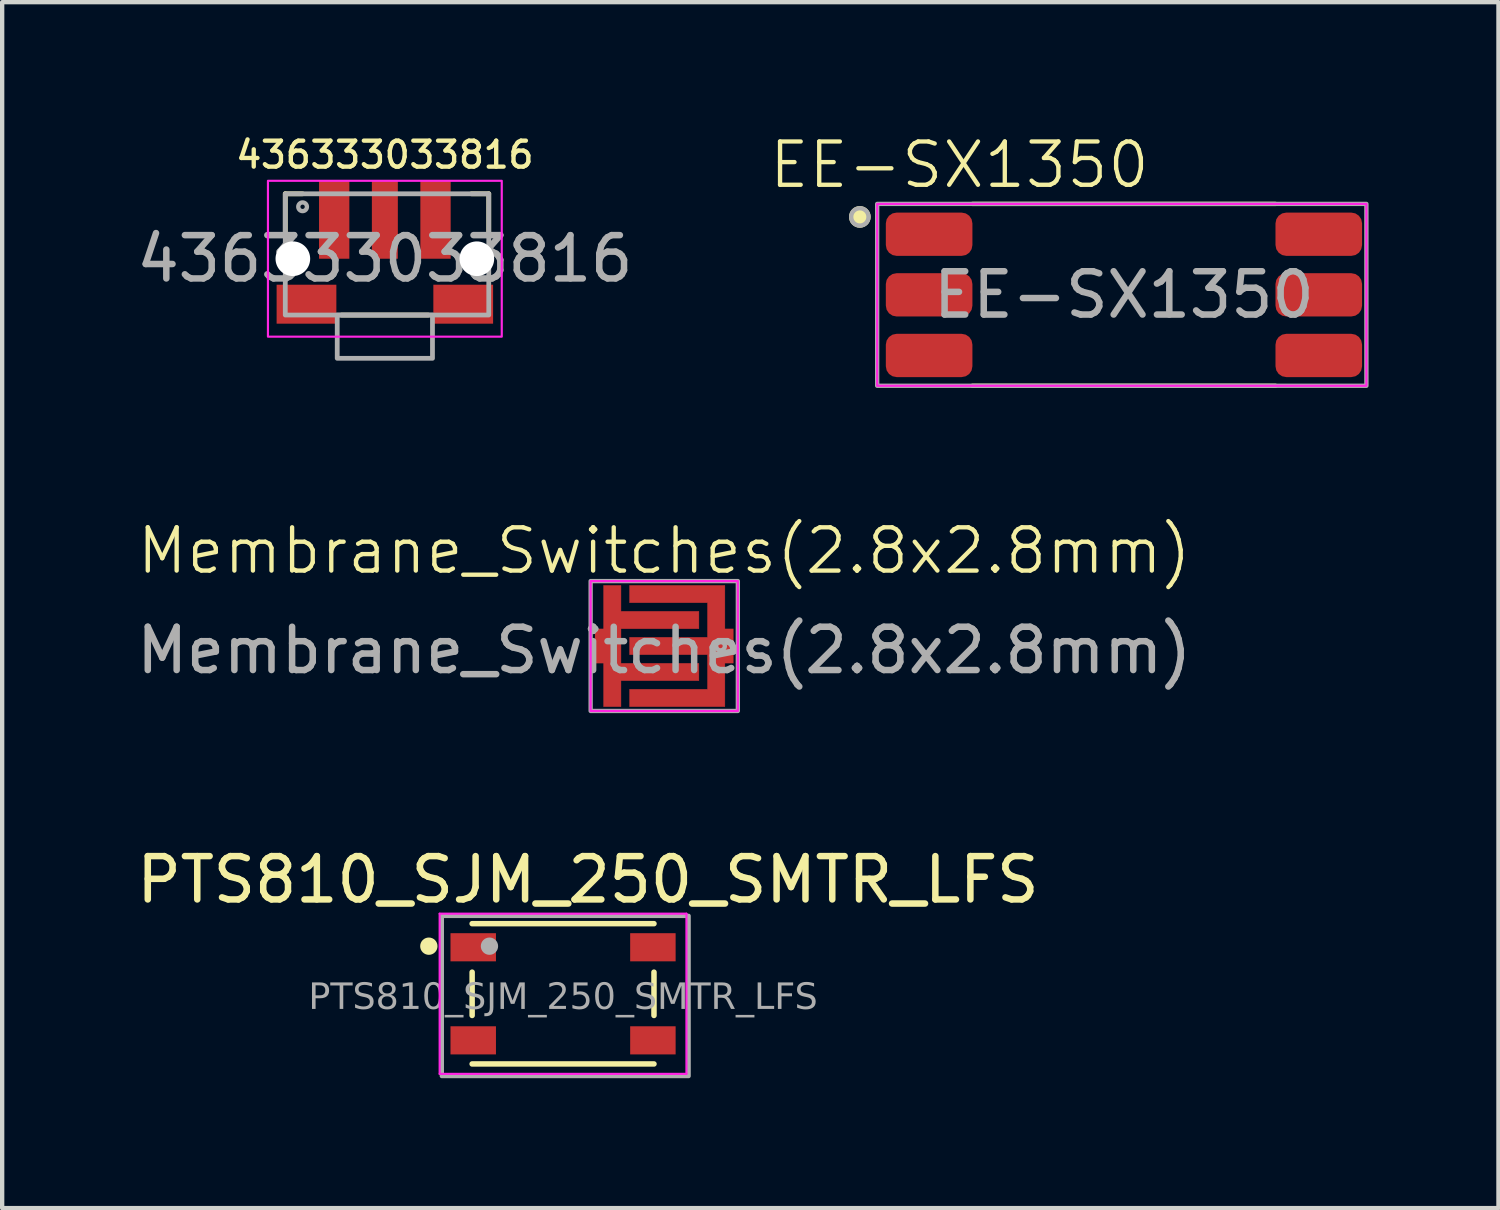
<source format=kicad_pcb>
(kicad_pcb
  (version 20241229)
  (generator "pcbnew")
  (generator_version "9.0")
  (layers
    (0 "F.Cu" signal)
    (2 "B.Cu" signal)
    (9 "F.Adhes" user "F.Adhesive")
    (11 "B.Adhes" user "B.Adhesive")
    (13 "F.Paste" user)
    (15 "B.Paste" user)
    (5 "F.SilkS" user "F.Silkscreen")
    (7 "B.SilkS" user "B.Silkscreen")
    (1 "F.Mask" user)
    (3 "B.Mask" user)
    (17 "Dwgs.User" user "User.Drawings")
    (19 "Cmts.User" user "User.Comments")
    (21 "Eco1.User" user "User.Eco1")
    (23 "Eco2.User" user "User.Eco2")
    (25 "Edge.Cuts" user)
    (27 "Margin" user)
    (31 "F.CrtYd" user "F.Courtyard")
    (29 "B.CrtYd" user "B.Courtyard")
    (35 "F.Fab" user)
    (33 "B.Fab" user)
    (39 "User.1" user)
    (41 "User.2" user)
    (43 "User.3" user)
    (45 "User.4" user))
  (footprint "Membrane_Switches(2.8x2.8mm)"
    (layer "F.Cu")
    (at 12.292 11.871)
    (property "Reference" "Membrane_Switches(2.8x2.8mm)" (at 0 -2.2 0) (unlocked yes) (layer "F.SilkS") (effects (font (size 1 1) (thickness 0.1))))
    (attr smd)
    (fp_poly (pts (xy -1 -1.4) (xy -1 -0.8) (xy 0.8 -0.8) (xy 0.8 -0.4) (xy -1 -0.4) (xy -1 0.4) (xy 0.8 0.4) (xy 0.8 0.8) (xy -1 0.8) (xy -1 1.4) (xy -1.4 1.4) (xy -1.4 -1.4)) (stroke (width 0.01) (type solid)) (fill yes) (layer "F.Cu"))
    (fp_poly (pts (xy -0.8 -0.2) (xy 1 -0.2) (xy 1 -1) (xy -0.8 -1) (xy -0.8 -1.4) (xy 1.4 -1.4) (xy 1.4 1.4) (xy -0.8 1.4) (xy -0.8 1) (xy 1 1) (xy 1 0.2) (xy -0.8 0.2)) (stroke (width 0.01) (type solid)) (fill yes) (layer "F.Cu"))
    (fp_poly (pts (xy -1 -1.4) (xy -1 -0.8) (xy 0.8 -0.8) (xy 0.8 -0.4) (xy -1 -0.4) (xy -1 0.4) (xy 0.8 0.4) (xy 0.8 0.8) (xy -1 0.8) (xy -1 1.4) (xy -1.4 1.4) (xy -1.4 -1.4)) (stroke (width 0.01) (type solid)) (fill yes) (layer "F.Mask"))
    (fp_poly (pts (xy -0.8 -0.2) (xy 1 -0.2) (xy 1 -1) (xy -0.8 -1) (xy -0.8 -1.4) (xy 1.4 -1.4) (xy 1.4 1.4) (xy -0.8 1.4) (xy -0.8 1) (xy 1 1) (xy 1 0.2) (xy -0.8 0.2)) (stroke (width 0.01) (type solid)) (fill yes) (layer "F.Mask"))
    (fp_rect (start -1.7 -1.5) (end 1.7 1.5) (stroke (width 0.05) (type default)) (fill no) (layer "F.CrtYd"))
    (fp_rect (start -1.7 -1.5) (end 1.7 1.5) (stroke (width 0.1) (type default)) (fill no) (layer "F.Fab"))
    (fp_circle (center 1.3 0) (end 1.4 0) (stroke (width 0.1) (type solid)) (fill no) (layer "F.Fab"))
    (fp_text user "${REFERENCE}" (at 0 0.1 0) (unlocked yes) (layer "F.Fab") (effects (font (size 1 1) (thickness 0.15))))
    (pad "1" smd rect (at 1.4 0 180) (size 0.4 0.8) (layers "F.Cu" "F.Mask"))
    (pad "2" smd rect (at -1.4 0 180) (size 0.4 0.8) (layers "F.Cu" "F.Mask")))
  (footprint "PTS810_SJM_250_SMTR_LFS"
    (layer "F.Cu")
    (at 9.955 19.904)
    (property "Reference" "PTS810_SJM_250_SMTR_LFS" (at 0.575 -2.635 0) (layer "F.SilkS") (effects (font (size 1 1) (thickness 0.15))))
    (attr smd)
    (fp_line (start -2.1 -1.62) (end 2.1 -1.62) (stroke (width 0.127) (type solid)) (layer "F.SilkS"))
    (fp_line (start -2.1 0.5) (end -2.1 -0.5) (stroke (width 0.127) (type solid)) (layer "F.SilkS"))
    (fp_line (start 2.1 0.5) (end 2.1 -0.5) (stroke (width 0.127) (type solid)) (layer "F.SilkS"))
    (fp_line (start 2.1 1.62) (end -2.1 1.62) (stroke (width 0.127) (type solid)) (layer "F.SilkS"))
    (fp_circle (center -3.1 -1.1) (end -3 -1.1) (stroke (width 0.2) (type solid)) (fill no) (layer "F.SilkS"))
    (fp_line (start -2.85 -1.85) (end 2.85 -1.85) (stroke (width 0.05) (type solid)) (layer "F.CrtYd"))
    (fp_line (start -2.85 1.85) (end -2.85 -1.85) (stroke (width 0.05) (type solid)) (layer "F.CrtYd"))
    (fp_line (start 2.85 -1.85) (end 2.85 1.85) (stroke (width 0.05) (type solid)) (layer "F.CrtYd"))
    (fp_line (start 2.85 1.85) (end -2.85 1.85) (stroke (width 0.05) (type solid)) (layer "F.CrtYd"))
    (fp_rect (start -2.8 -1.8) (end 2.9 1.9) (stroke (width 0.1) (type default)) (fill no) (layer "F.Fab"))
    (fp_circle (center -1.7 -1.1) (end -1.6 -1.1) (stroke (width 0.2) (type solid)) (fill no) (layer "F.Fab"))
    (fp_text user "${REFERENCE}" (at 0 0.1 0) (unlocked yes) (layer "F.Fab") (effects (font (face "Arial") (size 0.6 0.6) (thickness 0.125))))
    (pad "1" smd rect (at -2.075 -1.075) (size 1.05 0.65) (layers "F.Cu" "F.Mask" "F.Paste"))
    (pad "2" smd rect (at 2.075 -1.075) (size 1.05 0.65) (layers "F.Cu" "F.Mask" "F.Paste"))
    (pad "3" smd rect (at -2.075 1.075) (size 1.05 0.65) (layers "F.Cu" "F.Mask" "F.Paste"))
    (pad "4" smd rect (at 2.075 1.075) (size 1.05 0.65) (layers "F.Cu" "F.Mask" "F.Paste")))
  (footprint "EE-SX1350"
    (layer "F.Cu")
    (at 22.91 3.76)
    (property "Reference" "EE-SX1350" (at -3.8 -3 0) (unlocked yes) (layer "F.SilkS") (effects (font (size 1 1) (thickness 0.1))))
    (attr smd)
    (fp_line (start -3.5 -2.1) (end 3.5 -2.1) (stroke (width 0.1) (type default)) (layer "F.SilkS"))
    (fp_line (start -3.5 2.1) (end 3.5 2.1) (stroke (width 0.1) (type default)) (layer "F.SilkS"))
    (fp_circle (center -6.1 -1.8) (end -5.9 -1.8) (stroke (width 0.1) (type solid)) (fill yes) (layer "F.SilkS"))
    (fp_rect (start -5.7 -2.1) (end 5.6 2.1) (stroke (width 0.05) (type default)) (fill no) (layer "F.CrtYd"))
    (fp_rect (start -5.7 -2.1) (end 5.6 2.1) (stroke (width 0.1) (type default)) (fill no) (layer "F.Fab"))
    (fp_circle (center -6.1 -1.8) (end -5.9 -1.8) (stroke (width 0.1) (type solid)) (fill no) (layer "F.Fab"))
    (fp_text user "${REFERENCE}" (at 0 0 0) (unlocked yes) (layer "F.Fab") (effects (font (size 1 1) (thickness 0.15))))
    (pad "1" smd roundrect (at -4.5 -1.4) (size 2 1) (layers "F.Cu" "F.Mask" "F.Paste") (roundrect_rratio 0.25))
    (pad "2" smd roundrect (at -4.5 0) (size 2 1) (layers "F.Cu" "F.Mask" "F.Paste") (roundrect_rratio 0.25))
    (pad "3" smd roundrect (at -4.5 1.4) (size 2 1) (layers "F.Cu" "F.Mask" "F.Paste") (roundrect_rratio 0.25))
    (pad "4" smd roundrect (at 4.5 1.4) (size 2 1) (layers "F.Cu" "F.Mask" "F.Paste") (roundrect_rratio 0.25))
    (pad "5" smd roundrect (at 4.5 0) (size 2 1) (layers "F.Cu" "F.Mask" "F.Paste") (roundrect_rratio 0.25))
    (pad "6" smd roundrect (at 4.5 -1.4) (size 2 1) (layers "F.Cu" "F.Mask" "F.Paste") (roundrect_rratio 0.25)))
  (footprint "436333033816"
    (layer "F.Cu")
    (at 5.839 2.926)
    (property "Reference" "436333033816" (at 0 -2.4 0) (unlocked yes) (layer "F.SilkS") (effects (font (size 0.6 0.6) (thickness 0.1))))
    (attr smd)
    (fp_line (start -2.3 -1.5) (end -2.3 -0.6) (stroke (width 0.11) (type default)) (layer "F.SilkS"))
    (fp_line (start -1.9 -1.5) (end -2.3 -1.5) (stroke (width 0.11) (type default)) (layer "F.SilkS"))
    (fp_line (start -1 1.3) (end 1 1.3) (stroke (width 0.11) (type default)) (layer "F.SilkS"))
    (fp_line (start 2.4 -1.5) (end 2 -1.5) (stroke (width 0.11) (type default)) (layer "F.SilkS"))
    (fp_line (start 2.4 -1.5) (end 2.4 -0.6) (stroke (width 0.11) (type default)) (layer "F.SilkS"))
    (fp_rect (start -2.7 -1.8) (end 2.7 1.8) (stroke (width 0.05) (type default)) (fill no) (layer "F.CrtYd"))
    (fp_rect (start -2.3 -1.5) (end 2.4 1.3) (stroke (width 0.11) (type default)) (fill no) (layer "F.Fab"))
    (fp_rect (start -1.1 1.3) (end 1.1 2.3) (stroke (width 0.11) (type default)) (fill no) (layer "F.Fab"))
    (fp_circle (center -1.9 -1.2) (end -1.8 -1.2) (stroke (width 0.1) (type default)) (fill no) (layer "F.Fab"))
    (fp_text user "${REFERENCE}" (at 0 0 0) (unlocked yes) (layer "F.Fab") (effects (font (size 1 1) (thickness 0.15))))
    (pad "" np_thru_hole circle (at -2.125 0 180) (size 0.8 0.8) (drill 0.9) (layers "*.Cu" "*.Mask"))
    (pad "" np_thru_hole circle (at 2.125 0 180) (size 0.8 0.8) (drill 0.9) (layers "*.Cu" "*.Mask"))
    (pad "1" smd rect (at -1.17 -0.9 180) (size 0.7 1.8) (layers "F.Cu" "F.Mask" "F.Paste"))
    (pad "2" smd rect (at 0 -0.9 180) (size 0.6 1.8) (layers "F.Cu" "F.Mask" "F.Paste"))
    (pad "3" smd rect (at 1.17 -0.9 180) (size 0.7 1.8) (layers "F.Cu" "F.Mask" "F.Paste"))
    (pad "FP1" smd rect (at -1.81 1.05 180) (size 1.38 0.9) (layers "F.Cu" "F.Mask" "F.Paste"))
    (pad "FP2" smd rect (at 1.81 1.05 180) (size 1.38 0.9) (layers "F.Cu" "F.Mask" "F.Paste")))
  (gr_rect
    (start -3 -3)
    (end 31.56 24.854)
    (stroke (width 0.1) (type default))
    (fill no)
    (layer "Edge.Cuts")))
</source>
